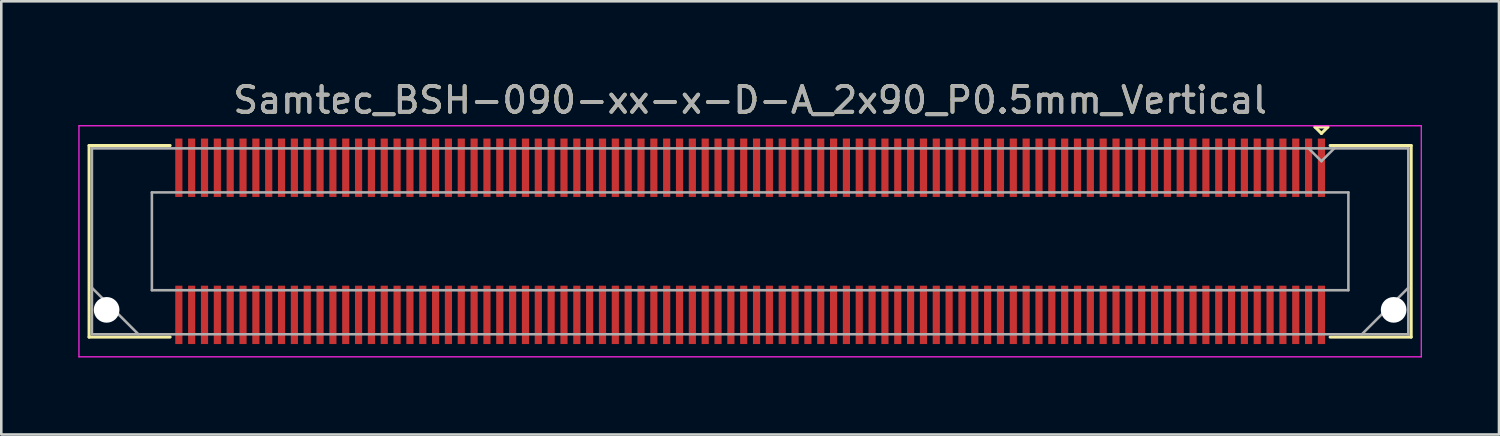
<source format=kicad_pcb>
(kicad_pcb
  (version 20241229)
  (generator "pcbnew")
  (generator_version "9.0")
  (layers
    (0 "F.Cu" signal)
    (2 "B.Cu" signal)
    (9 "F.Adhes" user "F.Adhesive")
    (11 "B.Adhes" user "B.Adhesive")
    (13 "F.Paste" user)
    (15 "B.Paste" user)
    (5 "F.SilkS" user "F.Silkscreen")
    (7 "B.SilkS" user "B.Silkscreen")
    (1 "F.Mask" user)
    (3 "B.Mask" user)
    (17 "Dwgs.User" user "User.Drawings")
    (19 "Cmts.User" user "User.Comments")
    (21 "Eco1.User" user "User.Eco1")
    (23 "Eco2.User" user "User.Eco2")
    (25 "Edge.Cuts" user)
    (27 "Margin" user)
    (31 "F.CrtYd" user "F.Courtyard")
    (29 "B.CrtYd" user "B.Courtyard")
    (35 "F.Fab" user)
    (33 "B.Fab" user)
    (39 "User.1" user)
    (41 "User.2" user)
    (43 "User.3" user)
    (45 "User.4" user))
  (footprint "Samtec_BSH-090-xx-x-D-A_2x90_P0.5mm_Vertical"
    (layer "F.Cu")
    (at 26.165 6.348)
    (property "Reference" "Samtec_BSH-090-xx-x-D-A_2x90_P0.5mm_Vertical" (at 0 -5.5 0) (layer "F.SilkS") (effects (font (size 1 1) (thickness 0.15))))
    (attr smd)
    (fp_line (start -25.745 -3.73) (end -22.59 -3.73) (stroke (width 0.12) (type solid)) (layer "F.SilkS"))
    (fp_line (start -25.745 3.73) (end -25.745 -3.73) (stroke (width 0.12) (type solid)) (layer "F.SilkS"))
    (fp_line (start -22.59 3.73) (end -25.745 3.73) (stroke (width 0.12) (type solid)) (layer "F.SilkS"))
    (fp_line (start 22 -4.452) (end 22.5 -4.452) (stroke (width 0.12) (type solid)) (layer "F.SilkS"))
    (fp_line (start 22.25 -4.202) (end 22 -4.452) (stroke (width 0.12) (type solid)) (layer "F.SilkS"))
    (fp_line (start 22.5 -4.452) (end 22.25 -4.202) (stroke (width 0.12) (type solid)) (layer "F.SilkS"))
    (fp_line (start 22.59 3.73) (end 25.745 3.73) (stroke (width 0.12) (type solid)) (layer "F.SilkS"))
    (fp_line (start 25.745 -3.73) (end 22.59 -3.73) (stroke (width 0.12) (type solid)) (layer "F.SilkS"))
    (fp_line (start 25.745 3.73) (end 25.745 -3.73) (stroke (width 0.12) (type solid)) (layer "F.SilkS"))
    (fp_line (start -26.14 -4.5) (end -26.14 4.5) (stroke (width 0.05) (type solid)) (layer "F.CrtYd"))
    (fp_line (start -26.14 4.5) (end 26.14 4.5) (stroke (width 0.05) (type solid)) (layer "F.CrtYd"))
    (fp_line (start 26.14 -4.5) (end -26.14 -4.5) (stroke (width 0.05) (type solid)) (layer "F.CrtYd"))
    (fp_line (start 26.14 4.5) (end 26.14 -4.5) (stroke (width 0.05) (type solid)) (layer "F.CrtYd"))
    (fp_line (start -25.635 -3.62) (end -25.635 3.62) (stroke (width 0.1) (type solid)) (layer "F.Fab"))
    (fp_line (start -25.635 1.81) (end -23.825 3.62) (stroke (width 0.1) (type solid)) (layer "F.Fab"))
    (fp_line (start -25.635 3.62) (end 25.635 3.62) (stroke (width 0.1) (type solid)) (layer "F.Fab"))
    (fp_line (start -23.3 -1.905) (end -23.3 1.905) (stroke (width 0.1) (type solid)) (layer "F.Fab"))
    (fp_line (start -23.3 1.905) (end 23.3 1.905) (stroke (width 0.1) (type solid)) (layer "F.Fab"))
    (fp_line (start 22.25 -3.12) (end 21.75 -3.62) (stroke (width 0.1) (type solid)) (layer "F.Fab"))
    (fp_line (start 22.75 -3.62) (end 22.25 -3.12) (stroke (width 0.1) (type solid)) (layer "F.Fab"))
    (fp_line (start 23.3 -1.905) (end -23.3 -1.905) (stroke (width 0.1) (type solid)) (layer "F.Fab"))
    (fp_line (start 23.3 1.905) (end 23.3 -1.905) (stroke (width 0.1) (type solid)) (layer "F.Fab"))
    (fp_line (start 25.635 -3.62) (end -25.635 -3.62) (stroke (width 0.1) (type solid)) (layer "F.Fab"))
    (fp_line (start 25.635 1.81) (end 23.825 3.62) (stroke (width 0.1) (type solid)) (layer "F.Fab"))
    (fp_line (start 25.635 3.62) (end 25.635 -3.62) (stroke (width 0.1) (type solid)) (layer "F.Fab"))
    (fp_text user "${REFERENCE}" (at 0 -5.5 0) (layer "F.Fab") (effects (font (size 1 1) (thickness 0.15))))
    (pad "" np_thru_hole circle (at -25.063 2.67) (size 1 1) (drill 1) (layers "*.Cu" "*.Mask"))
    (pad "" np_thru_hole circle (at 25.063 2.67) (size 1 1) (drill 1) (layers "*.Cu" "*.Mask"))
    (pad "1" smd rect (at 22.25 -2.865) (size 0.279 2.273) (layers "F.Cu" "F.Mask" "F.Paste"))
    (pad "2" smd rect (at 22.25 2.865) (size 0.279 2.273) (layers "F.Cu" "F.Mask" "F.Paste"))
    (pad "3" smd rect (at 21.75 -2.865) (size 0.279 2.273) (layers "F.Cu" "F.Mask" "F.Paste"))
    (pad "4" smd rect (at 21.75 2.865) (size 0.279 2.273) (layers "F.Cu" "F.Mask" "F.Paste"))
    (pad "5" smd rect (at 21.25 -2.865) (size 0.279 2.273) (layers "F.Cu" "F.Mask" "F.Paste"))
    (pad "6" smd rect (at 21.25 2.865) (size 0.279 2.273) (layers "F.Cu" "F.Mask" "F.Paste"))
    (pad "7" smd rect (at 20.75 -2.865) (size 0.279 2.273) (layers "F.Cu" "F.Mask" "F.Paste"))
    (pad "8" smd rect (at 20.75 2.865) (size 0.279 2.273) (layers "F.Cu" "F.Mask" "F.Paste"))
    (pad "9" smd rect (at 20.25 -2.865) (size 0.279 2.273) (layers "F.Cu" "F.Mask" "F.Paste"))
    (pad "10" smd rect (at 20.25 2.865) (size 0.279 2.273) (layers "F.Cu" "F.Mask" "F.Paste"))
    (pad "11" smd rect (at 19.75 -2.865) (size 0.279 2.273) (layers "F.Cu" "F.Mask" "F.Paste"))
    (pad "12" smd rect (at 19.75 2.865) (size 0.279 2.273) (layers "F.Cu" "F.Mask" "F.Paste"))
    (pad "13" smd rect (at 19.25 -2.865) (size 0.279 2.273) (layers "F.Cu" "F.Mask" "F.Paste"))
    (pad "14" smd rect (at 19.25 2.865) (size 0.279 2.273) (layers "F.Cu" "F.Mask" "F.Paste"))
    (pad "15" smd rect (at 18.75 -2.865) (size 0.279 2.273) (layers "F.Cu" "F.Mask" "F.Paste"))
    (pad "16" smd rect (at 18.75 2.865) (size 0.279 2.273) (layers "F.Cu" "F.Mask" "F.Paste"))
    (pad "17" smd rect (at 18.25 -2.865) (size 0.279 2.273) (layers "F.Cu" "F.Mask" "F.Paste"))
    (pad "18" smd rect (at 18.25 2.865) (size 0.279 2.273) (layers "F.Cu" "F.Mask" "F.Paste"))
    (pad "19" smd rect (at 17.75 -2.865) (size 0.279 2.273) (layers "F.Cu" "F.Mask" "F.Paste"))
    (pad "20" smd rect (at 17.75 2.865) (size 0.279 2.273) (layers "F.Cu" "F.Mask" "F.Paste"))
    (pad "21" smd rect (at 17.25 -2.865) (size 0.279 2.273) (layers "F.Cu" "F.Mask" "F.Paste"))
    (pad "22" smd rect (at 17.25 2.865) (size 0.279 2.273) (layers "F.Cu" "F.Mask" "F.Paste"))
    (pad "23" smd rect (at 16.75 -2.865) (size 0.279 2.273) (layers "F.Cu" "F.Mask" "F.Paste"))
    (pad "24" smd rect (at 16.75 2.865) (size 0.279 2.273) (layers "F.Cu" "F.Mask" "F.Paste"))
    (pad "25" smd rect (at 16.25 -2.865) (size 0.279 2.273) (layers "F.Cu" "F.Mask" "F.Paste"))
    (pad "26" smd rect (at 16.25 2.865) (size 0.279 2.273) (layers "F.Cu" "F.Mask" "F.Paste"))
    (pad "27" smd rect (at 15.75 -2.865) (size 0.279 2.273) (layers "F.Cu" "F.Mask" "F.Paste"))
    (pad "28" smd rect (at 15.75 2.865) (size 0.279 2.273) (layers "F.Cu" "F.Mask" "F.Paste"))
    (pad "29" smd rect (at 15.25 -2.865) (size 0.279 2.273) (layers "F.Cu" "F.Mask" "F.Paste"))
    (pad "30" smd rect (at 15.25 2.865) (size 0.279 2.273) (layers "F.Cu" "F.Mask" "F.Paste"))
    (pad "31" smd rect (at 14.75 -2.865) (size 0.279 2.273) (layers "F.Cu" "F.Mask" "F.Paste"))
    (pad "32" smd rect (at 14.75 2.865) (size 0.279 2.273) (layers "F.Cu" "F.Mask" "F.Paste"))
    (pad "33" smd rect (at 14.25 -2.865) (size 0.279 2.273) (layers "F.Cu" "F.Mask" "F.Paste"))
    (pad "34" smd rect (at 14.25 2.865) (size 0.279 2.273) (layers "F.Cu" "F.Mask" "F.Paste"))
    (pad "35" smd rect (at 13.75 -2.865) (size 0.279 2.273) (layers "F.Cu" "F.Mask" "F.Paste"))
    (pad "36" smd rect (at 13.75 2.865) (size 0.279 2.273) (layers "F.Cu" "F.Mask" "F.Paste"))
    (pad "37" smd rect (at 13.25 -2.865) (size 0.279 2.273) (layers "F.Cu" "F.Mask" "F.Paste"))
    (pad "38" smd rect (at 13.25 2.865) (size 0.279 2.273) (layers "F.Cu" "F.Mask" "F.Paste"))
    (pad "39" smd rect (at 12.75 -2.865) (size 0.279 2.273) (layers "F.Cu" "F.Mask" "F.Paste"))
    (pad "40" smd rect (at 12.75 2.865) (size 0.279 2.273) (layers "F.Cu" "F.Mask" "F.Paste"))
    (pad "41" smd rect (at 12.25 -2.865) (size 0.279 2.273) (layers "F.Cu" "F.Mask" "F.Paste"))
    (pad "42" smd rect (at 12.25 2.865) (size 0.279 2.273) (layers "F.Cu" "F.Mask" "F.Paste"))
    (pad "43" smd rect (at 11.75 -2.865) (size 0.279 2.273) (layers "F.Cu" "F.Mask" "F.Paste"))
    (pad "44" smd rect (at 11.75 2.865) (size 0.279 2.273) (layers "F.Cu" "F.Mask" "F.Paste"))
    (pad "45" smd rect (at 11.25 -2.865) (size 0.279 2.273) (layers "F.Cu" "F.Mask" "F.Paste"))
    (pad "46" smd rect (at 11.25 2.865) (size 0.279 2.273) (layers "F.Cu" "F.Mask" "F.Paste"))
    (pad "47" smd rect (at 10.75 -2.865) (size 0.279 2.273) (layers "F.Cu" "F.Mask" "F.Paste"))
    (pad "48" smd rect (at 10.75 2.865) (size 0.279 2.273) (layers "F.Cu" "F.Mask" "F.Paste"))
    (pad "49" smd rect (at 10.25 -2.865) (size 0.279 2.273) (layers "F.Cu" "F.Mask" "F.Paste"))
    (pad "50" smd rect (at 10.25 2.865) (size 0.279 2.273) (layers "F.Cu" "F.Mask" "F.Paste"))
    (pad "51" smd rect (at 9.75 -2.865) (size 0.279 2.273) (layers "F.Cu" "F.Mask" "F.Paste"))
    (pad "52" smd rect (at 9.75 2.865) (size 0.279 2.273) (layers "F.Cu" "F.Mask" "F.Paste"))
    (pad "53" smd rect (at 9.25 -2.865) (size 0.279 2.273) (layers "F.Cu" "F.Mask" "F.Paste"))
    (pad "54" smd rect (at 9.25 2.865) (size 0.279 2.273) (layers "F.Cu" "F.Mask" "F.Paste"))
    (pad "55" smd rect (at 8.75 -2.865) (size 0.279 2.273) (layers "F.Cu" "F.Mask" "F.Paste"))
    (pad "56" smd rect (at 8.75 2.865) (size 0.279 2.273) (layers "F.Cu" "F.Mask" "F.Paste"))
    (pad "57" smd rect (at 8.25 -2.865) (size 0.279 2.273) (layers "F.Cu" "F.Mask" "F.Paste"))
    (pad "58" smd rect (at 8.25 2.865) (size 0.279 2.273) (layers "F.Cu" "F.Mask" "F.Paste"))
    (pad "59" smd rect (at 7.75 -2.865) (size 0.279 2.273) (layers "F.Cu" "F.Mask" "F.Paste"))
    (pad "60" smd rect (at 7.75 2.865) (size 0.279 2.273) (layers "F.Cu" "F.Mask" "F.Paste"))
    (pad "61" smd rect (at 7.25 -2.865) (size 0.279 2.273) (layers "F.Cu" "F.Mask" "F.Paste"))
    (pad "62" smd rect (at 7.25 2.865) (size 0.279 2.273) (layers "F.Cu" "F.Mask" "F.Paste"))
    (pad "63" smd rect (at 6.75 -2.865) (size 0.279 2.273) (layers "F.Cu" "F.Mask" "F.Paste"))
    (pad "64" smd rect (at 6.75 2.865) (size 0.279 2.273) (layers "F.Cu" "F.Mask" "F.Paste"))
    (pad "65" smd rect (at 6.25 -2.865) (size 0.279 2.273) (layers "F.Cu" "F.Mask" "F.Paste"))
    (pad "66" smd rect (at 6.25 2.865) (size 0.279 2.273) (layers "F.Cu" "F.Mask" "F.Paste"))
    (pad "67" smd rect (at 5.75 -2.865) (size 0.279 2.273) (layers "F.Cu" "F.Mask" "F.Paste"))
    (pad "68" smd rect (at 5.75 2.865) (size 0.279 2.273) (layers "F.Cu" "F.Mask" "F.Paste"))
    (pad "69" smd rect (at 5.25 -2.865) (size 0.279 2.273) (layers "F.Cu" "F.Mask" "F.Paste"))
    (pad "70" smd rect (at 5.25 2.865) (size 0.279 2.273) (layers "F.Cu" "F.Mask" "F.Paste"))
    (pad "71" smd rect (at 4.75 -2.865) (size 0.279 2.273) (layers "F.Cu" "F.Mask" "F.Paste"))
    (pad "72" smd rect (at 4.75 2.865) (size 0.279 2.273) (layers "F.Cu" "F.Mask" "F.Paste"))
    (pad "73" smd rect (at 4.25 -2.865) (size 0.279 2.273) (layers "F.Cu" "F.Mask" "F.Paste"))
    (pad "74" smd rect (at 4.25 2.865) (size 0.279 2.273) (layers "F.Cu" "F.Mask" "F.Paste"))
    (pad "75" smd rect (at 3.75 -2.865) (size 0.279 2.273) (layers "F.Cu" "F.Mask" "F.Paste"))
    (pad "76" smd rect (at 3.75 2.865) (size 0.279 2.273) (layers "F.Cu" "F.Mask" "F.Paste"))
    (pad "77" smd rect (at 3.25 -2.865) (size 0.279 2.273) (layers "F.Cu" "F.Mask" "F.Paste"))
    (pad "78" smd rect (at 3.25 2.865) (size 0.279 2.273) (layers "F.Cu" "F.Mask" "F.Paste"))
    (pad "79" smd rect (at 2.75 -2.865) (size 0.279 2.273) (layers "F.Cu" "F.Mask" "F.Paste"))
    (pad "80" smd rect (at 2.75 2.865) (size 0.279 2.273) (layers "F.Cu" "F.Mask" "F.Paste"))
    (pad "81" smd rect (at 2.25 -2.865) (size 0.279 2.273) (layers "F.Cu" "F.Mask" "F.Paste"))
    (pad "82" smd rect (at 2.25 2.865) (size 0.279 2.273) (layers "F.Cu" "F.Mask" "F.Paste"))
    (pad "83" smd rect (at 1.75 -2.865) (size 0.279 2.273) (layers "F.Cu" "F.Mask" "F.Paste"))
    (pad "84" smd rect (at 1.75 2.865) (size 0.279 2.273) (layers "F.Cu" "F.Mask" "F.Paste"))
    (pad "85" smd rect (at 1.25 -2.865) (size 0.279 2.273) (layers "F.Cu" "F.Mask" "F.Paste"))
    (pad "86" smd rect (at 1.25 2.865) (size 0.279 2.273) (layers "F.Cu" "F.Mask" "F.Paste"))
    (pad "87" smd rect (at 0.75 -2.865) (size 0.279 2.273) (layers "F.Cu" "F.Mask" "F.Paste"))
    (pad "88" smd rect (at 0.75 2.865) (size 0.279 2.273) (layers "F.Cu" "F.Mask" "F.Paste"))
    (pad "89" smd rect (at 0.25 -2.865) (size 0.279 2.273) (layers "F.Cu" "F.Mask" "F.Paste"))
    (pad "90" smd rect (at 0.25 2.865) (size 0.279 2.273) (layers "F.Cu" "F.Mask" "F.Paste"))
    (pad "91" smd rect (at -0.25 -2.865) (size 0.279 2.273) (layers "F.Cu" "F.Mask" "F.Paste"))
    (pad "92" smd rect (at -0.25 2.865) (size 0.279 2.273) (layers "F.Cu" "F.Mask" "F.Paste"))
    (pad "93" smd rect (at -0.75 -2.865) (size 0.279 2.273) (layers "F.Cu" "F.Mask" "F.Paste"))
    (pad "94" smd rect (at -0.75 2.865) (size 0.279 2.273) (layers "F.Cu" "F.Mask" "F.Paste"))
    (pad "95" smd rect (at -1.25 -2.865) (size 0.279 2.273) (layers "F.Cu" "F.Mask" "F.Paste"))
    (pad "96" smd rect (at -1.25 2.865) (size 0.279 2.273) (layers "F.Cu" "F.Mask" "F.Paste"))
    (pad "97" smd rect (at -1.75 -2.865) (size 0.279 2.273) (layers "F.Cu" "F.Mask" "F.Paste"))
    (pad "98" smd rect (at -1.75 2.865) (size 0.279 2.273) (layers "F.Cu" "F.Mask" "F.Paste"))
    (pad "99" smd rect (at -2.25 -2.865) (size 0.279 2.273) (layers "F.Cu" "F.Mask" "F.Paste"))
    (pad "100" smd rect (at -2.25 2.865) (size 0.279 2.273) (layers "F.Cu" "F.Mask" "F.Paste"))
    (pad "101" smd rect (at -2.75 -2.865) (size 0.279 2.273) (layers "F.Cu" "F.Mask" "F.Paste"))
    (pad "102" smd rect (at -2.75 2.865) (size 0.279 2.273) (layers "F.Cu" "F.Mask" "F.Paste"))
    (pad "103" smd rect (at -3.25 -2.865) (size 0.279 2.273) (layers "F.Cu" "F.Mask" "F.Paste"))
    (pad "104" smd rect (at -3.25 2.865) (size 0.279 2.273) (layers "F.Cu" "F.Mask" "F.Paste"))
    (pad "105" smd rect (at -3.75 -2.865) (size 0.279 2.273) (layers "F.Cu" "F.Mask" "F.Paste"))
    (pad "106" smd rect (at -3.75 2.865) (size 0.279 2.273) (layers "F.Cu" "F.Mask" "F.Paste"))
    (pad "107" smd rect (at -4.25 -2.865) (size 0.279 2.273) (layers "F.Cu" "F.Mask" "F.Paste"))
    (pad "108" smd rect (at -4.25 2.865) (size 0.279 2.273) (layers "F.Cu" "F.Mask" "F.Paste"))
    (pad "109" smd rect (at -4.75 -2.865) (size 0.279 2.273) (layers "F.Cu" "F.Mask" "F.Paste"))
    (pad "110" smd rect (at -4.75 2.865) (size 0.279 2.273) (layers "F.Cu" "F.Mask" "F.Paste"))
    (pad "111" smd rect (at -5.25 -2.865) (size 0.279 2.273) (layers "F.Cu" "F.Mask" "F.Paste"))
    (pad "112" smd rect (at -5.25 2.865) (size 0.279 2.273) (layers "F.Cu" "F.Mask" "F.Paste"))
    (pad "113" smd rect (at -5.75 -2.865) (size 0.279 2.273) (layers "F.Cu" "F.Mask" "F.Paste"))
    (pad "114" smd rect (at -5.75 2.865) (size 0.279 2.273) (layers "F.Cu" "F.Mask" "F.Paste"))
    (pad "115" smd rect (at -6.25 -2.865) (size 0.279 2.273) (layers "F.Cu" "F.Mask" "F.Paste"))
    (pad "116" smd rect (at -6.25 2.865) (size 0.279 2.273) (layers "F.Cu" "F.Mask" "F.Paste"))
    (pad "117" smd rect (at -6.75 -2.865) (size 0.279 2.273) (layers "F.Cu" "F.Mask" "F.Paste"))
    (pad "118" smd rect (at -6.75 2.865) (size 0.279 2.273) (layers "F.Cu" "F.Mask" "F.Paste"))
    (pad "119" smd rect (at -7.25 -2.865) (size 0.279 2.273) (layers "F.Cu" "F.Mask" "F.Paste"))
    (pad "120" smd rect (at -7.25 2.865) (size 0.279 2.273) (layers "F.Cu" "F.Mask" "F.Paste"))
    (pad "121" smd rect (at -7.75 -2.865) (size 0.279 2.273) (layers "F.Cu" "F.Mask" "F.Paste"))
    (pad "122" smd rect (at -7.75 2.865) (size 0.279 2.273) (layers "F.Cu" "F.Mask" "F.Paste"))
    (pad "123" smd rect (at -8.25 -2.865) (size 0.279 2.273) (layers "F.Cu" "F.Mask" "F.Paste"))
    (pad "124" smd rect (at -8.25 2.865) (size 0.279 2.273) (layers "F.Cu" "F.Mask" "F.Paste"))
    (pad "125" smd rect (at -8.75 -2.865) (size 0.279 2.273) (layers "F.Cu" "F.Mask" "F.Paste"))
    (pad "126" smd rect (at -8.75 2.865) (size 0.279 2.273) (layers "F.Cu" "F.Mask" "F.Paste"))
    (pad "127" smd rect (at -9.25 -2.865) (size 0.279 2.273) (layers "F.Cu" "F.Mask" "F.Paste"))
    (pad "128" smd rect (at -9.25 2.865) (size 0.279 2.273) (layers "F.Cu" "F.Mask" "F.Paste"))
    (pad "129" smd rect (at -9.75 -2.865) (size 0.279 2.273) (layers "F.Cu" "F.Mask" "F.Paste"))
    (pad "130" smd rect (at -9.75 2.865) (size 0.279 2.273) (layers "F.Cu" "F.Mask" "F.Paste"))
    (pad "131" smd rect (at -10.25 -2.865) (size 0.279 2.273) (layers "F.Cu" "F.Mask" "F.Paste"))
    (pad "132" smd rect (at -10.25 2.865) (size 0.279 2.273) (layers "F.Cu" "F.Mask" "F.Paste"))
    (pad "133" smd rect (at -10.75 -2.865) (size 0.279 2.273) (layers "F.Cu" "F.Mask" "F.Paste"))
    (pad "134" smd rect (at -10.75 2.865) (size 0.279 2.273) (layers "F.Cu" "F.Mask" "F.Paste"))
    (pad "135" smd rect (at -11.25 -2.865) (size 0.279 2.273) (layers "F.Cu" "F.Mask" "F.Paste"))
    (pad "136" smd rect (at -11.25 2.865) (size 0.279 2.273) (layers "F.Cu" "F.Mask" "F.Paste"))
    (pad "137" smd rect (at -11.75 -2.865) (size 0.279 2.273) (layers "F.Cu" "F.Mask" "F.Paste"))
    (pad "138" smd rect (at -11.75 2.865) (size 0.279 2.273) (layers "F.Cu" "F.Mask" "F.Paste"))
    (pad "139" smd rect (at -12.25 -2.865) (size 0.279 2.273) (layers "F.Cu" "F.Mask" "F.Paste"))
    (pad "140" smd rect (at -12.25 2.865) (size 0.279 2.273) (layers "F.Cu" "F.Mask" "F.Paste"))
    (pad "141" smd rect (at -12.75 -2.865) (size 0.279 2.273) (layers "F.Cu" "F.Mask" "F.Paste"))
    (pad "142" smd rect (at -12.75 2.865) (size 0.279 2.273) (layers "F.Cu" "F.Mask" "F.Paste"))
    (pad "143" smd rect (at -13.25 -2.865) (size 0.279 2.273) (layers "F.Cu" "F.Mask" "F.Paste"))
    (pad "144" smd rect (at -13.25 2.865) (size 0.279 2.273) (layers "F.Cu" "F.Mask" "F.Paste"))
    (pad "145" smd rect (at -13.75 -2.865) (size 0.279 2.273) (layers "F.Cu" "F.Mask" "F.Paste"))
    (pad "146" smd rect (at -13.75 2.865) (size 0.279 2.273) (layers "F.Cu" "F.Mask" "F.Paste"))
    (pad "147" smd rect (at -14.25 -2.865) (size 0.279 2.273) (layers "F.Cu" "F.Mask" "F.Paste"))
    (pad "148" smd rect (at -14.25 2.865) (size 0.279 2.273) (layers "F.Cu" "F.Mask" "F.Paste"))
    (pad "149" smd rect (at -14.75 -2.865) (size 0.279 2.273) (layers "F.Cu" "F.Mask" "F.Paste"))
    (pad "150" smd rect (at -14.75 2.865) (size 0.279 2.273) (layers "F.Cu" "F.Mask" "F.Paste"))
    (pad "151" smd rect (at -15.25 -2.865) (size 0.279 2.273) (layers "F.Cu" "F.Mask" "F.Paste"))
    (pad "152" smd rect (at -15.25 2.865) (size 0.279 2.273) (layers "F.Cu" "F.Mask" "F.Paste"))
    (pad "153" smd rect (at -15.75 -2.865) (size 0.279 2.273) (layers "F.Cu" "F.Mask" "F.Paste"))
    (pad "154" smd rect (at -15.75 2.865) (size 0.279 2.273) (layers "F.Cu" "F.Mask" "F.Paste"))
    (pad "155" smd rect (at -16.25 -2.865) (size 0.279 2.273) (layers "F.Cu" "F.Mask" "F.Paste"))
    (pad "156" smd rect (at -16.25 2.865) (size 0.279 2.273) (layers "F.Cu" "F.Mask" "F.Paste"))
    (pad "157" smd rect (at -16.75 -2.865) (size 0.279 2.273) (layers "F.Cu" "F.Mask" "F.Paste"))
    (pad "158" smd rect (at -16.75 2.865) (size 0.279 2.273) (layers "F.Cu" "F.Mask" "F.Paste"))
    (pad "159" smd rect (at -17.25 -2.865) (size 0.279 2.273) (layers "F.Cu" "F.Mask" "F.Paste"))
    (pad "160" smd rect (at -17.25 2.865) (size 0.279 2.273) (layers "F.Cu" "F.Mask" "F.Paste"))
    (pad "161" smd rect (at -17.75 -2.865) (size 0.279 2.273) (layers "F.Cu" "F.Mask" "F.Paste"))
    (pad "162" smd rect (at -17.75 2.865) (size 0.279 2.273) (layers "F.Cu" "F.Mask" "F.Paste"))
    (pad "163" smd rect (at -18.25 -2.865) (size 0.279 2.273) (layers "F.Cu" "F.Mask" "F.Paste"))
    (pad "164" smd rect (at -18.25 2.865) (size 0.279 2.273) (layers "F.Cu" "F.Mask" "F.Paste"))
    (pad "165" smd rect (at -18.75 -2.865) (size 0.279 2.273) (layers "F.Cu" "F.Mask" "F.Paste"))
    (pad "166" smd rect (at -18.75 2.865) (size 0.279 2.273) (layers "F.Cu" "F.Mask" "F.Paste"))
    (pad "167" smd rect (at -19.25 -2.865) (size 0.279 2.273) (layers "F.Cu" "F.Mask" "F.Paste"))
    (pad "168" smd rect (at -19.25 2.865) (size 0.279 2.273) (layers "F.Cu" "F.Mask" "F.Paste"))
    (pad "169" smd rect (at -19.75 -2.865) (size 0.279 2.273) (layers "F.Cu" "F.Mask" "F.Paste"))
    (pad "170" smd rect (at -19.75 2.865) (size 0.279 2.273) (layers "F.Cu" "F.Mask" "F.Paste"))
    (pad "171" smd rect (at -20.25 -2.865) (size 0.279 2.273) (layers "F.Cu" "F.Mask" "F.Paste"))
    (pad "172" smd rect (at -20.25 2.865) (size 0.279 2.273) (layers "F.Cu" "F.Mask" "F.Paste"))
    (pad "173" smd rect (at -20.75 -2.865) (size 0.279 2.273) (layers "F.Cu" "F.Mask" "F.Paste"))
    (pad "174" smd rect (at -20.75 2.865) (size 0.279 2.273) (layers "F.Cu" "F.Mask" "F.Paste"))
    (pad "175" smd rect (at -21.25 -2.865) (size 0.279 2.273) (layers "F.Cu" "F.Mask" "F.Paste"))
    (pad "176" smd rect (at -21.25 2.865) (size 0.279 2.273) (layers "F.Cu" "F.Mask" "F.Paste"))
    (pad "177" smd rect (at -21.75 -2.865) (size 0.279 2.273) (layers "F.Cu" "F.Mask" "F.Paste"))
    (pad "178" smd rect (at -21.75 2.865) (size 0.279 2.273) (layers "F.Cu" "F.Mask" "F.Paste"))
    (pad "179" smd rect (at -22.25 -2.865) (size 0.279 2.273) (layers "F.Cu" "F.Mask" "F.Paste"))
    (pad "180" smd rect (at -22.25 2.865) (size 0.279 2.273) (layers "F.Cu" "F.Mask" "F.Paste")))
  (gr_rect
    (start -3 -3)
    (end 55.33 13.873)
    (stroke (width 0.1) (type default))
    (fill no)
    (layer "Edge.Cuts")))
</source>
